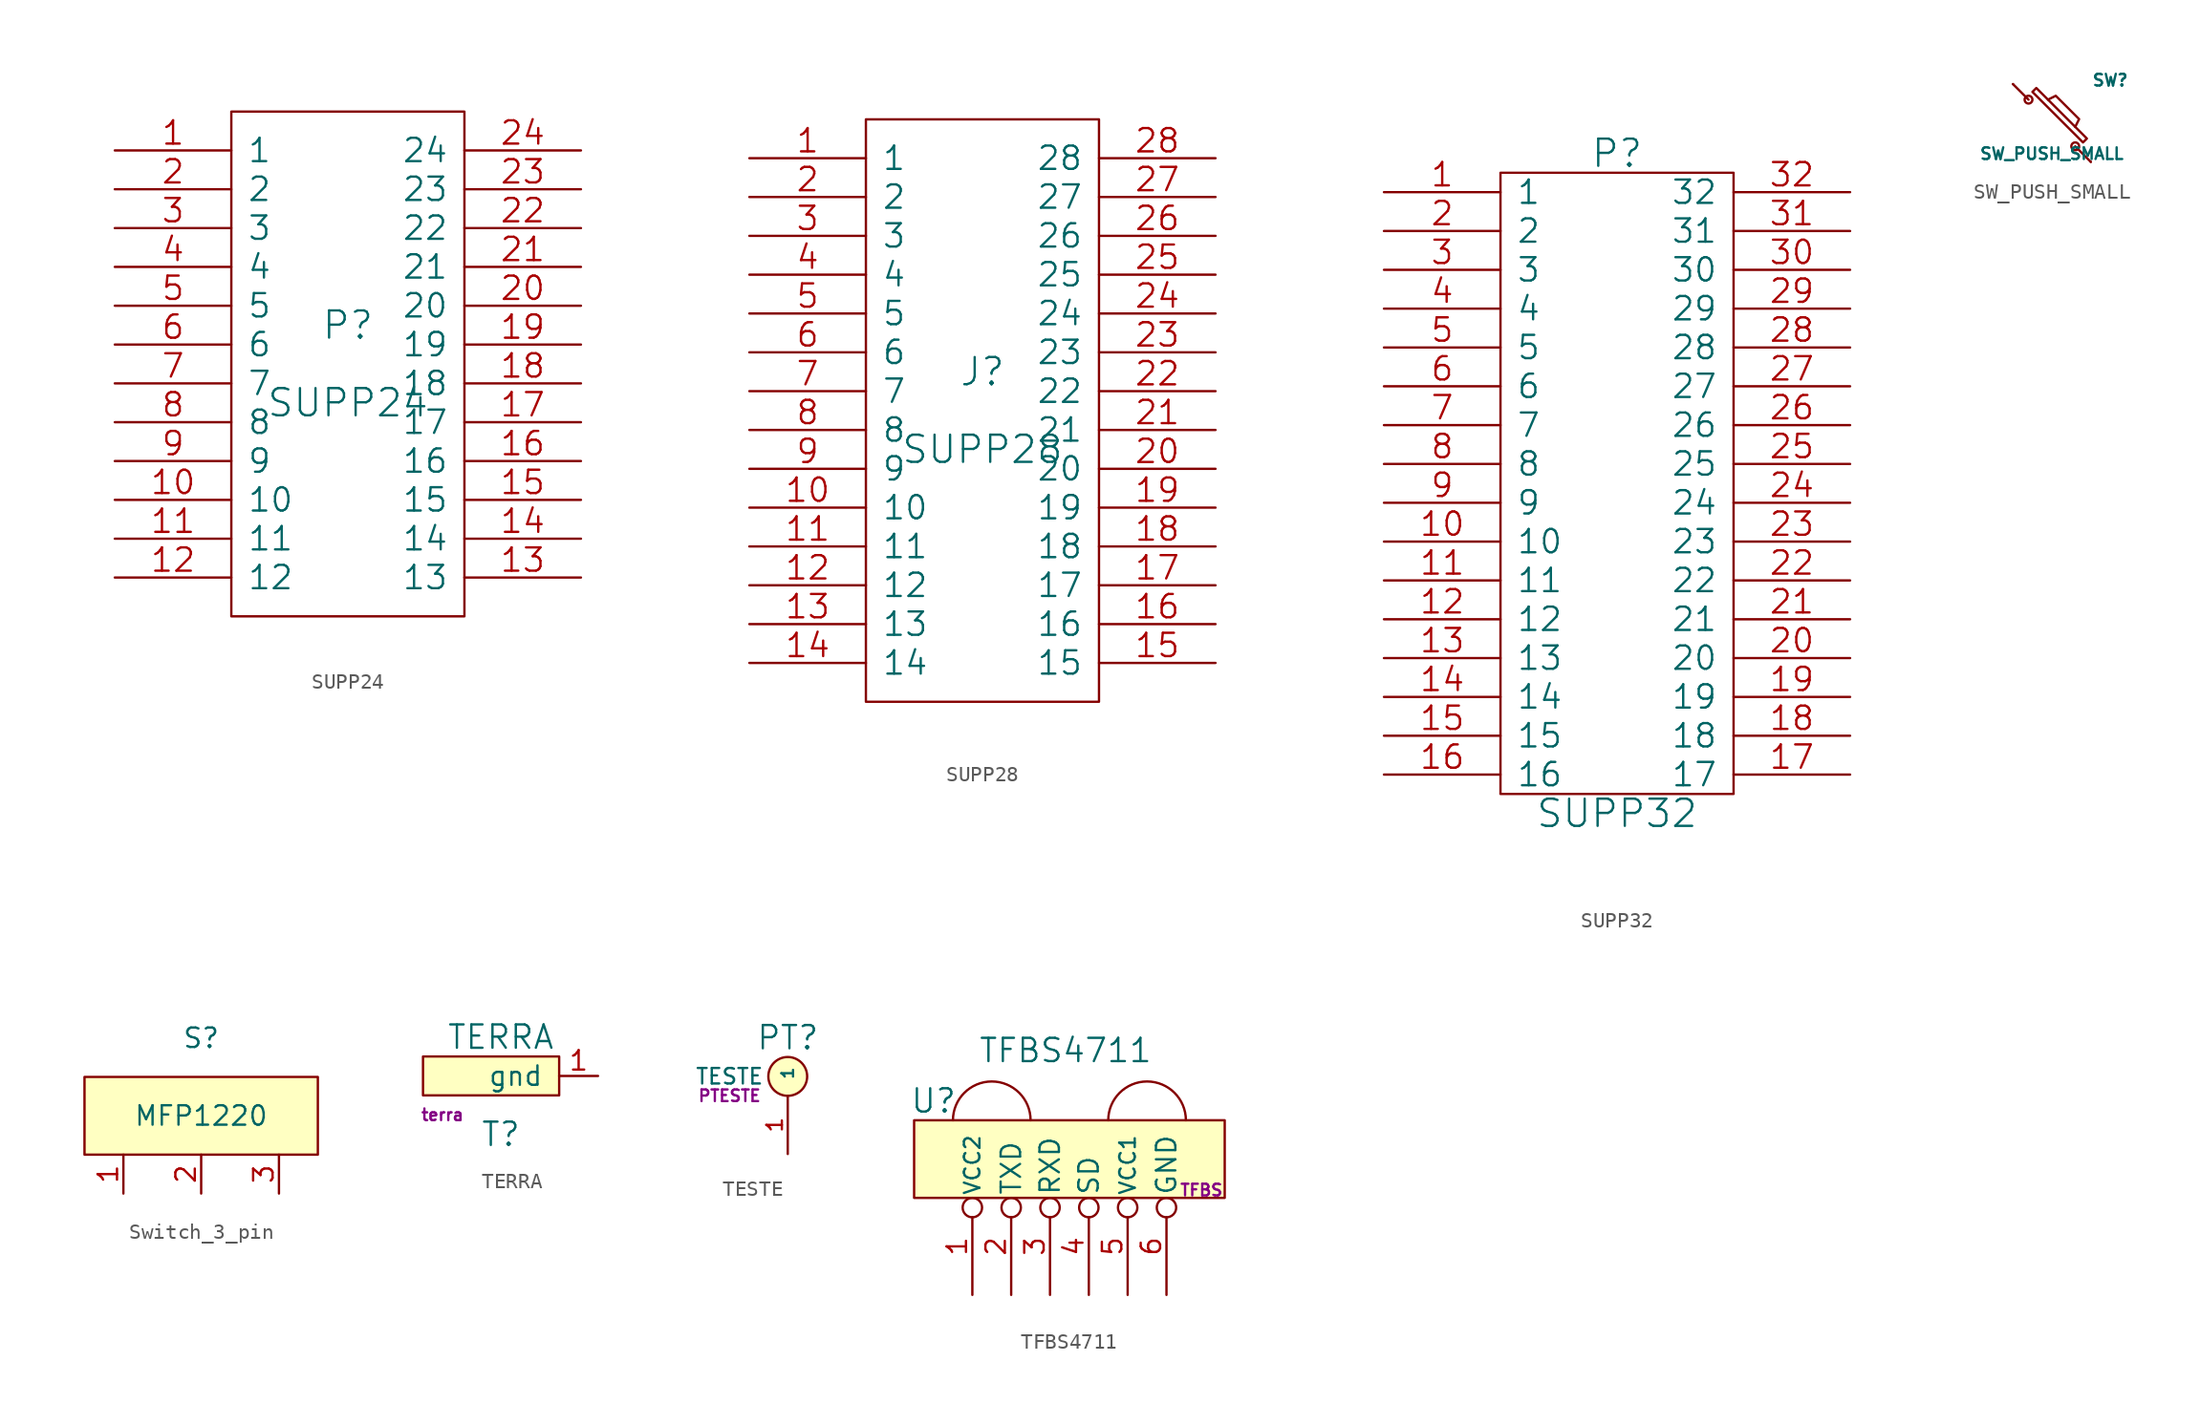
<source format=kicad_sym>
(kicad_symbol_lib
  (version 20220914)
  (generator kicad_symbol_editor)
  (symbol "SUPP24"
    (pin_names
      (offset 1.016))
    (property "Reference" "P"
      (at 0 2.54 0)
      (effects (font (size 1.778 1.778))))
    (property "Value" "SUPP24"
      (at 0 -2.54 0)
      (effects (font (size 1.778 1.778))))
    (property "Footprint" ""
      (at 0 0 0)
      (effects (font (size 1.524 1.524))))
    (property "Datasheet" ""
      (at 0 0 0)
      (effects (font (size 1.524 1.524))))
    (symbol "SUPP24_0_1"
      (rectangle (start -7.62 -16.51) (end 7.62 16.51) (stroke (width 0) (type default)) (fill (type none))))
    (symbol "SUPP24_1_1"
      (pin passive line (at -15.24 13.97 0) (length 7.62) (name "1" (effects (font (size 1.524 1.524)))) (number "1" (effects (font (size 1.524 1.524)))))
      (pin passive line (at -15.24 -8.89 0) (length 7.62) (name "10" (effects (font (size 1.524 1.524)))) (number "10" (effects (font (size 1.524 1.524)))))
      (pin passive line (at -15.24 -11.43 0) (length 7.62) (name "11" (effects (font (size 1.524 1.524)))) (number "11" (effects (font (size 1.524 1.524)))))
      (pin passive line (at -15.24 -13.97 0) (length 7.62) (name "12" (effects (font (size 1.524 1.524)))) (number "12" (effects (font (size 1.524 1.524)))))
      (pin passive line (at 15.24 -13.97 180) (length 7.62) (name "13" (effects (font (size 1.524 1.524)))) (number "13" (effects (font (size 1.524 1.524)))))
      (pin passive line (at 15.24 -11.43 180) (length 7.62) (name "14" (effects (font (size 1.524 1.524)))) (number "14" (effects (font (size 1.524 1.524)))))
      (pin passive line (at 15.24 -8.89 180) (length 7.62) (name "15" (effects (font (size 1.524 1.524)))) (number "15" (effects (font (size 1.524 1.524)))))
      (pin passive line (at 15.24 -6.35 180) (length 7.62) (name "16" (effects (font (size 1.524 1.524)))) (number "16" (effects (font (size 1.524 1.524)))))
      (pin passive line (at 15.24 -3.81 180) (length 7.62) (name "17" (effects (font (size 1.524 1.524)))) (number "17" (effects (font (size 1.524 1.524)))))
      (pin passive line (at 15.24 -1.27 180) (length 7.62) (name "18" (effects (font (size 1.524 1.524)))) (number "18" (effects (font (size 1.524 1.524)))))
      (pin passive line (at 15.24 1.27 180) (length 7.62) (name "19" (effects (font (size 1.524 1.524)))) (number "19" (effects (font (size 1.524 1.524)))))
      (pin passive line (at -15.24 11.43 0) (length 7.62) (name "2" (effects (font (size 1.524 1.524)))) (number "2" (effects (font (size 1.524 1.524)))))
      (pin passive line (at 15.24 3.81 180) (length 7.62) (name "20" (effects (font (size 1.524 1.524)))) (number "20" (effects (font (size 1.524 1.524)))))
      (pin passive line (at 15.24 6.35 180) (length 7.62) (name "21" (effects (font (size 1.524 1.524)))) (number "21" (effects (font (size 1.524 1.524)))))
      (pin passive line (at 15.24 8.89 180) (length 7.62) (name "22" (effects (font (size 1.524 1.524)))) (number "22" (effects (font (size 1.524 1.524)))))
      (pin passive line (at 15.24 11.43 180) (length 7.62) (name "23" (effects (font (size 1.524 1.524)))) (number "23" (effects (font (size 1.524 1.524)))))
      (pin passive line (at 15.24 13.97 180) (length 7.62) (name "24" (effects (font (size 1.524 1.524)))) (number "24" (effects (font (size 1.524 1.524)))))
      (pin passive line (at -15.24 8.89 0) (length 7.62) (name "3" (effects (font (size 1.524 1.524)))) (number "3" (effects (font (size 1.524 1.524)))))
      (pin passive line (at -15.24 6.35 0) (length 7.62) (name "4" (effects (font (size 1.524 1.524)))) (number "4" (effects (font (size 1.524 1.524)))))
      (pin passive line (at -15.24 3.81 0) (length 7.62) (name "5" (effects (font (size 1.524 1.524)))) (number "5" (effects (font (size 1.524 1.524)))))
      (pin passive line (at -15.24 1.27 0) (length 7.62) (name "6" (effects (font (size 1.524 1.524)))) (number "6" (effects (font (size 1.524 1.524)))))
      (pin passive line (at -15.24 -1.27 0) (length 7.62) (name "7" (effects (font (size 1.524 1.524)))) (number "7" (effects (font (size 1.524 1.524)))))
      (pin passive line (at -15.24 -3.81 0) (length 7.62) (name "8" (effects (font (size 1.524 1.524)))) (number "8" (effects (font (size 1.524 1.524)))))
      (pin passive line (at -15.24 -6.35 0) (length 7.62) (name "9" (effects (font (size 1.524 1.524)))) (number "9" (effects (font (size 1.524 1.524)))))))
  (symbol "SUPP28"
    (pin_names
      (offset 1.016))
    (property "Reference" "J"
      (at 0 2.54 0)
      (effects (font (size 1.778 1.778))))
    (property "Value" "SUPP28"
      (at 0 -2.54 0)
      (effects (font (size 1.778 1.778))))
    (property "Footprint" ""
      (at 0 0 0)
      (effects (font (size 1.524 1.524))))
    (property "Datasheet" ""
      (at 0 0 0)
      (effects (font (size 1.524 1.524))))
    (symbol "SUPP28_0_1"
      (rectangle (start -7.62 -19.05) (end 7.62 19.05) (stroke (width 0) (type default)) (fill (type none))))
    (symbol "SUPP28_1_1"
      (pin passive line (at -15.24 16.51 0) (length 7.62) (name "1" (effects (font (size 1.524 1.524)))) (number "1" (effects (font (size 1.524 1.524)))))
      (pin passive line (at -15.24 -6.35 0) (length 7.62) (name "10" (effects (font (size 1.524 1.524)))) (number "10" (effects (font (size 1.524 1.524)))))
      (pin passive line (at -15.24 -8.89 0) (length 7.62) (name "11" (effects (font (size 1.524 1.524)))) (number "11" (effects (font (size 1.524 1.524)))))
      (pin passive line (at -15.24 -11.43 0) (length 7.62) (name "12" (effects (font (size 1.524 1.524)))) (number "12" (effects (font (size 1.524 1.524)))))
      (pin passive line (at -15.24 -13.97 0) (length 7.62) (name "13" (effects (font (size 1.524 1.524)))) (number "13" (effects (font (size 1.524 1.524)))))
      (pin passive line (at -15.24 -16.51 0) (length 7.62) (name "14" (effects (font (size 1.524 1.524)))) (number "14" (effects (font (size 1.524 1.524)))))
      (pin passive line (at 15.24 -16.51 180) (length 7.62) (name "15" (effects (font (size 1.524 1.524)))) (number "15" (effects (font (size 1.524 1.524)))))
      (pin passive line (at 15.24 -13.97 180) (length 7.62) (name "16" (effects (font (size 1.524 1.524)))) (number "16" (effects (font (size 1.524 1.524)))))
      (pin passive line (at 15.24 -11.43 180) (length 7.62) (name "17" (effects (font (size 1.524 1.524)))) (number "17" (effects (font (size 1.524 1.524)))))
      (pin passive line (at 15.24 -8.89 180) (length 7.62) (name "18" (effects (font (size 1.524 1.524)))) (number "18" (effects (font (size 1.524 1.524)))))
      (pin passive line (at 15.24 -6.35 180) (length 7.62) (name "19" (effects (font (size 1.524 1.524)))) (number "19" (effects (font (size 1.524 1.524)))))
      (pin passive line (at -15.24 13.97 0) (length 7.62) (name "2" (effects (font (size 1.524 1.524)))) (number "2" (effects (font (size 1.524 1.524)))))
      (pin passive line (at 15.24 -3.81 180) (length 7.62) (name "20" (effects (font (size 1.524 1.524)))) (number "20" (effects (font (size 1.524 1.524)))))
      (pin passive line (at 15.24 -1.27 180) (length 7.62) (name "21" (effects (font (size 1.524 1.524)))) (number "21" (effects (font (size 1.524 1.524)))))
      (pin passive line (at 15.24 1.27 180) (length 7.62) (name "22" (effects (font (size 1.524 1.524)))) (number "22" (effects (font (size 1.524 1.524)))))
      (pin passive line (at 15.24 3.81 180) (length 7.62) (name "23" (effects (font (size 1.524 1.524)))) (number "23" (effects (font (size 1.524 1.524)))))
      (pin passive line (at 15.24 6.35 180) (length 7.62) (name "24" (effects (font (size 1.524 1.524)))) (number "24" (effects (font (size 1.524 1.524)))))
      (pin passive line (at 15.24 8.89 180) (length 7.62) (name "25" (effects (font (size 1.524 1.524)))) (number "25" (effects (font (size 1.524 1.524)))))
      (pin passive line (at 15.24 11.43 180) (length 7.62) (name "26" (effects (font (size 1.524 1.524)))) (number "26" (effects (font (size 1.524 1.524)))))
      (pin passive line (at 15.24 13.97 180) (length 7.62) (name "27" (effects (font (size 1.524 1.524)))) (number "27" (effects (font (size 1.524 1.524)))))
      (pin passive line (at 15.24 16.51 180) (length 7.62) (name "28" (effects (font (size 1.524 1.524)))) (number "28" (effects (font (size 1.524 1.524)))))
      (pin passive line (at -15.24 11.43 0) (length 7.62) (name "3" (effects (font (size 1.524 1.524)))) (number "3" (effects (font (size 1.524 1.524)))))
      (pin passive line (at -15.24 8.89 0) (length 7.62) (name "4" (effects (font (size 1.524 1.524)))) (number "4" (effects (font (size 1.524 1.524)))))
      (pin passive line (at -15.24 6.35 0) (length 7.62) (name "5" (effects (font (size 1.524 1.524)))) (number "5" (effects (font (size 1.524 1.524)))))
      (pin passive line (at -15.24 3.81 0) (length 7.62) (name "6" (effects (font (size 1.524 1.524)))) (number "6" (effects (font (size 1.524 1.524)))))
      (pin passive line (at -15.24 1.27 0) (length 7.62) (name "7" (effects (font (size 1.524 1.524)))) (number "7" (effects (font (size 1.524 1.524)))))
      (pin passive line (at -15.24 -1.27 0) (length 7.62) (name "8" (effects (font (size 1.524 1.524)))) (number "8" (effects (font (size 1.524 1.524)))))
      (pin passive line (at -15.24 -3.81 0) (length 7.62) (name "9" (effects (font (size 1.524 1.524)))) (number "9" (effects (font (size 1.524 1.524)))))))
  (symbol "SUPP32"
    (pin_names
      (offset 1.016))
    (property "Reference" "P"
      (at 0 21.59 0)
      (effects (font (size 1.778 1.778))))
    (property "Value" "SUPP32"
      (at 0 -21.59 0)
      (effects (font (size 1.778 1.778))))
    (property "Footprint" ""
      (at 0 0 0)
      (effects (font (size 1.524 1.524))))
    (property "Datasheet" ""
      (at 0 0 0)
      (effects (font (size 1.524 1.524))))
    (symbol "SUPP32_0_1"
      (rectangle (start -7.62 20.32) (end 7.62 -20.32) (stroke (width 0) (type default)) (fill (type none))))
    (symbol "SUPP32_1_1"
      (pin passive line (at -15.24 19.05 0) (length 7.62) (name "1" (effects (font (size 1.524 1.524)))) (number "1" (effects (font (size 1.524 1.524)))))
      (pin passive line (at -15.24 -3.81 0) (length 7.62) (name "10" (effects (font (size 1.524 1.524)))) (number "10" (effects (font (size 1.524 1.524)))))
      (pin passive line (at -15.24 -6.35 0) (length 7.62) (name "11" (effects (font (size 1.524 1.524)))) (number "11" (effects (font (size 1.524 1.524)))))
      (pin passive line (at -15.24 -8.89 0) (length 7.62) (name "12" (effects (font (size 1.524 1.524)))) (number "12" (effects (font (size 1.524 1.524)))))
      (pin passive line (at -15.24 -11.43 0) (length 7.62) (name "13" (effects (font (size 1.524 1.524)))) (number "13" (effects (font (size 1.524 1.524)))))
      (pin passive line (at -15.24 -13.97 0) (length 7.62) (name "14" (effects (font (size 1.524 1.524)))) (number "14" (effects (font (size 1.524 1.524)))))
      (pin passive line (at -15.24 -16.51 0) (length 7.62) (name "15" (effects (font (size 1.524 1.524)))) (number "15" (effects (font (size 1.524 1.524)))))
      (pin passive line (at -15.24 -19.05 0) (length 7.62) (name "16" (effects (font (size 1.524 1.524)))) (number "16" (effects (font (size 1.524 1.524)))))
      (pin passive line (at 15.24 -19.05 180) (length 7.62) (name "17" (effects (font (size 1.524 1.524)))) (number "17" (effects (font (size 1.524 1.524)))))
      (pin passive line (at 15.24 -16.51 180) (length 7.62) (name "18" (effects (font (size 1.524 1.524)))) (number "18" (effects (font (size 1.524 1.524)))))
      (pin passive line (at 15.24 -13.97 180) (length 7.62) (name "19" (effects (font (size 1.524 1.524)))) (number "19" (effects (font (size 1.524 1.524)))))
      (pin passive line (at -15.24 16.51 0) (length 7.62) (name "2" (effects (font (size 1.524 1.524)))) (number "2" (effects (font (size 1.524 1.524)))))
      (pin passive line (at 15.24 -11.43 180) (length 7.62) (name "20" (effects (font (size 1.524 1.524)))) (number "20" (effects (font (size 1.524 1.524)))))
      (pin passive line (at 15.24 -8.89 180) (length 7.62) (name "21" (effects (font (size 1.524 1.524)))) (number "21" (effects (font (size 1.524 1.524)))))
      (pin passive line (at 15.24 -6.35 180) (length 7.62) (name "22" (effects (font (size 1.524 1.524)))) (number "22" (effects (font (size 1.524 1.524)))))
      (pin passive line (at 15.24 -3.81 180) (length 7.62) (name "23" (effects (font (size 1.524 1.524)))) (number "23" (effects (font (size 1.524 1.524)))))
      (pin passive line (at 15.24 -1.27 180) (length 7.62) (name "24" (effects (font (size 1.524 1.524)))) (number "24" (effects (font (size 1.524 1.524)))))
      (pin passive line (at 15.24 1.27 180) (length 7.62) (name "25" (effects (font (size 1.524 1.524)))) (number "25" (effects (font (size 1.524 1.524)))))
      (pin passive line (at 15.24 3.81 180) (length 7.62) (name "26" (effects (font (size 1.524 1.524)))) (number "26" (effects (font (size 1.524 1.524)))))
      (pin passive line (at 15.24 6.35 180) (length 7.62) (name "27" (effects (font (size 1.524 1.524)))) (number "27" (effects (font (size 1.524 1.524)))))
      (pin passive line (at 15.24 8.89 180) (length 7.62) (name "28" (effects (font (size 1.524 1.524)))) (number "28" (effects (font (size 1.524 1.524)))))
      (pin passive line (at 15.24 11.43 180) (length 7.62) (name "29" (effects (font (size 1.524 1.524)))) (number "29" (effects (font (size 1.524 1.524)))))
      (pin passive line (at -15.24 13.97 0) (length 7.62) (name "3" (effects (font (size 1.524 1.524)))) (number "3" (effects (font (size 1.524 1.524)))))
      (pin passive line (at 15.24 13.97 180) (length 7.62) (name "30" (effects (font (size 1.524 1.524)))) (number "30" (effects (font (size 1.524 1.524)))))
      (pin passive line (at 15.24 16.51 180) (length 7.62) (name "31" (effects (font (size 1.524 1.524)))) (number "31" (effects (font (size 1.524 1.524)))))
      (pin passive line (at 15.24 19.05 180) (length 7.62) (name "32" (effects (font (size 1.524 1.524)))) (number "32" (effects (font (size 1.524 1.524)))))
      (pin passive line (at -15.24 11.43 0) (length 7.62) (name "4" (effects (font (size 1.524 1.524)))) (number "4" (effects (font (size 1.524 1.524)))))
      (pin passive line (at -15.24 8.89 0) (length 7.62) (name "5" (effects (font (size 1.524 1.524)))) (number "5" (effects (font (size 1.524 1.524)))))
      (pin passive line (at -15.24 6.35 0) (length 7.62) (name "6" (effects (font (size 1.524 1.524)))) (number "6" (effects (font (size 1.524 1.524)))))
      (pin passive line (at -15.24 3.81 0) (length 7.62) (name "7" (effects (font (size 1.524 1.524)))) (number "7" (effects (font (size 1.524 1.524)))))
      (pin passive line (at -15.24 1.27 0) (length 7.62) (name "8" (effects (font (size 1.524 1.524)))) (number "8" (effects (font (size 1.524 1.524)))))
      (pin passive line (at -15.24 -1.27 0) (length 7.62) (name "9" (effects (font (size 1.524 1.524)))) (number "9" (effects (font (size 1.524 1.524)))))))
  (symbol "SW_PUSH_SMALL"
    (pin_numbers hide)
    (pin_names
      (offset 1.016) hide)
    (property "Reference" "SW"
      (at 3.81 2.794 0)
      (effects (font (size 0.762 0.762))))
    (property "Value" "SW_PUSH_SMALL"
      (at 0 -2.007 0)
      (effects (font (size 0.762 0.762))))
    (property "Footprint" ""
      (at 0 0 0)
      (effects (font (size 1.524 1.524))))
    (property "Datasheet" ""
      (at 0 0 0)
      (effects (font (size 1.524 1.524))))
    (symbol "SW_PUSH_SMALL_0_1"
      (circle (center -1.524 1.524) (radius 0.254) (stroke (width 0) (type default)) (fill (type none)))
      (polyline (pts (xy -2.54 2.54) (xy -1.524 1.524) (xy -1.524 1.524)) (stroke (width 0) (type default)) (fill (type none)))
      (polyline (pts (xy 1.524 -1.524) (xy 2.54 -2.54) (xy 2.54 -2.54) (xy 2.54 -2.54)) (stroke (width 0) (type default)) (fill (type none)))
      (polyline (pts (xy -0.254 1.524) (xy 0.254 1.778) (xy 1.778 0.254) (xy 1.524 -0.254) (xy 1.524 -0.254) (xy 1.524 -0.254)) (stroke (width 0) (type default)) (fill (type none)))
      (polyline (pts (xy -1.27 2.032) (xy 2.032 -1.27) (xy 2.286 -1.016) (xy -1.016 2.286) (xy -1.27 2.032) (xy -1.27 2.032) (xy -1.27 2.032)) (stroke (width 0) (type default)) (fill (type none)))
      (circle (center 1.524 -1.524) (radius 0.254) (stroke (width 0) (type default)) (fill (type none)))
      (pin passive line (at -2.54 2.54 0) (length 0) (name "1" (effects (font (size 1.524 1.524)))) (number "1" (effects (font (size 1.524 1.524)))))
      (pin passive line (at 2.54 -2.54 180) (length 0) (name "2" (effects (font (size 1.524 1.524)))) (number "2" (effects (font (size 1.524 1.524)))))))
  (symbol "Switch_3_pin"
    (pin_names
      (offset 0) hide)
    (property "Reference" "S"
      (at 0 7.62 0)
      (effects (font (size 1.27 1.27))))
    (property "Value" "MFP1220"
      (at 0 2.54 0)
      (effects (font (size 1.27 1.27))))
    (property "Footprint" ""
      (at 0 0 0)
      (effects (font (size 1.27 1.27))))
    (symbol "Switch_3_pin_1_1"
      (rectangle (start -7.62 5.08) (end 7.62 0) (stroke (width 0) (type default)) (fill (type background)))
      (pin input line (at -5.08 -2.54 90) (length 2.54) (name "" (effects (font (size 1.27 1.27)))) (number "1" (effects (font (size 1.27 1.27)))))
      (pin input line (at 0 -2.54 90) (length 2.54) (name "" (effects (font (size 1.27 1.27)))) (number "2" (effects (font (size 1.27 1.27)))))
      (pin input line (at 5.08 -2.54 90) (length 2.54) (name "" (effects (font (size 1.27 1.27)))) (number "3" (effects (font (size 1.27 1.27)))))))
  (symbol "TERRA"
    (pin_names
      (offset 1.016))
    (property "Reference" "T"
      (at 0 -3.81 0)
      (effects (font (size 1.524 1.524))))
    (property "Value" "TERRA"
      (at 0 2.54 0)
      (effects (font (size 1.524 1.524))))
    (property "Footprint" "terra"
      (at -3.81 -2.54 0)
      (effects (font (size 0.762 0.762))))
    (property "Datasheet" ""
      (at 0 0 0)
      (effects (font (size 1.524 1.524))))
    (symbol "TERRA_0_1"
      (rectangle (start -5.08 1.27) (end 3.81 -1.27) (stroke (width 0) (type default)) (fill (type background))))
    (symbol "TERRA_1_1"
      (pin input line (at 6.35 0 180) (length 2.54) (name "gnd" (effects (font (size 1.27 1.27)))) (number "1" (effects (font (size 1.27 1.27)))))))
  (symbol "TESTE"
    (pin_names
      (offset 1.016))
    (property "Reference" "PT"
      (at 0 6.35 0)
      (effects (font (size 1.524 1.524))))
    (property "Value" "TESTE"
      (at -3.81 3.81 0)
      (effects (font (size 1.016 1.016))))
    (property "Footprint" "PTESTE"
      (at -3.81 2.54 0)
      (effects (font (size 0.762 0.762))))
    (property "Datasheet" ""
      (at 0 0 0)
      (effects (font (size 1.524 1.524))))
    (symbol "TESTE_0_1"
      (circle (center 0 3.81) (radius 1.27) (stroke (width 0) (type default)) (fill (type background))))
    (symbol "TESTE_1_1"
      (pin passive line (at 0 -1.27 90) (length 3.81) (name "1" (effects (font (size 0.762 0.762)))) (number "1" (effects (font (size 1.016 1.016)))))))
  (symbol "TFBS4711"
    (pin_names
      (offset 0.127))
    (property "Reference" "U"
      (at -8.89 3.81 0)
      (effects (font (size 1.524 1.524))))
    (property "Value" "TFBS4711"
      (at -0.254 7.112 0)
      (effects (font (size 1.524 1.524))))
    (property "Footprint" "TFBS"
      (at 8.636 -2.032 0)
      (effects (font (size 0.762 0.762))))
    (property "Datasheet" ""
      (at 0 0 0)
      (effects (font (size 1.524 1.524))))
    (symbol "TFBS4711_0_1"
      (arc (start -2.54 2.54) (mid -5.08 5.069) (end -7.62 2.54) (stroke (width 0) (type default)) (fill (type none)))
      (arc (start 7.62 2.54) (mid 5.08 5.069) (end 2.54 2.54) (stroke (width 0) (type default)) (fill (type none)))
      (rectangle (start 10.16 -2.54) (end -10.16 2.54) (stroke (width 0) (type default)) (fill (type background))))
    (symbol "TFBS4711_1_1"
      (pin passive inverted (at -6.35 -8.89 90) (length 6.35) (name "VCC2" (effects (font (size 1.016 1.016)))) (number "1" (effects (font (size 1.27 1.27)))))
      (pin passive inverted (at -3.81 -8.89 90) (length 6.35) (name "TXD" (effects (font (size 1.27 1.27)))) (number "2" (effects (font (size 1.27 1.27)))))
      (pin passive inverted (at -1.27 -8.89 90) (length 6.35) (name "RXD" (effects (font (size 1.27 1.27)))) (number "3" (effects (font (size 1.27 1.27)))))
      (pin passive inverted (at 1.27 -8.89 90) (length 6.35) (name "SD" (effects (font (size 1.27 1.27)))) (number "4" (effects (font (size 1.27 1.27)))))
      (pin passive inverted (at 3.81 -8.89 90) (length 6.35) (name "VCC1" (effects (font (size 1.016 1.016)))) (number "5" (effects (font (size 1.27 1.27)))))
      (pin passive inverted (at 6.35 -8.89 90) (length 6.35) (name "GND" (effects (font (size 1.27 1.27)))) (number "6" (effects (font (size 1.27 1.27))))))))
</source>
